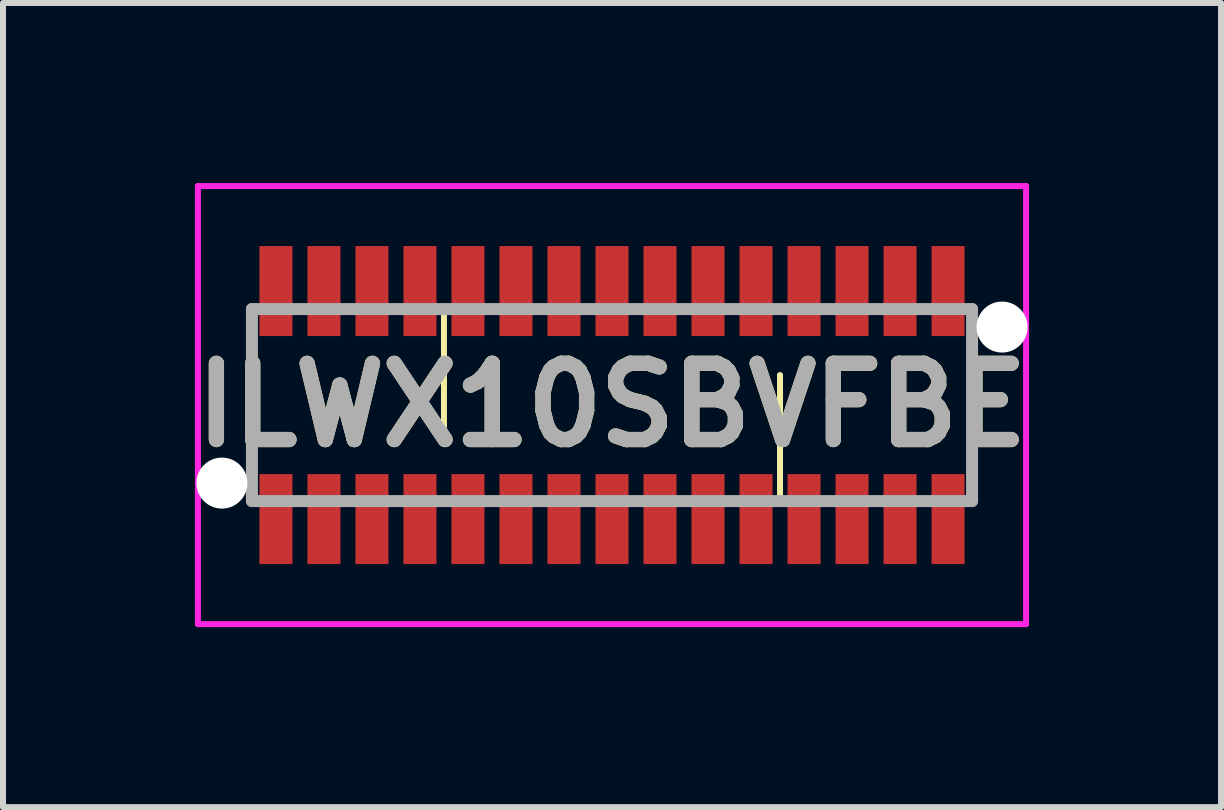
<source format=kicad_pcb>
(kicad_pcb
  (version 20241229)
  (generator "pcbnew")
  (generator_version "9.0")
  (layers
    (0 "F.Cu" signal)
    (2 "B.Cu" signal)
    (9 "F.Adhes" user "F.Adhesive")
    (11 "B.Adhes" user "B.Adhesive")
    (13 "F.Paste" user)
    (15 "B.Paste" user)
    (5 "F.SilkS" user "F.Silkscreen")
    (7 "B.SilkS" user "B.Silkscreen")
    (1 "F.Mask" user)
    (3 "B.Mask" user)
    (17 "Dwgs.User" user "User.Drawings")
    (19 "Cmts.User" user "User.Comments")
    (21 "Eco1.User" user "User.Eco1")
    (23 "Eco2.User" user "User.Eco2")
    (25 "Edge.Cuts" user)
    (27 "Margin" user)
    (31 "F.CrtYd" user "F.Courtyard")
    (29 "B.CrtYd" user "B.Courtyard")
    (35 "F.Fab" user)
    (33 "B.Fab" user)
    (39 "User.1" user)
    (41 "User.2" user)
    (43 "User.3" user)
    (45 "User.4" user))
  (footprint "ILWX10SBVFBE"
    (layer "F.Cu")
    (at 7.148 3.7)
    (property "Reference" "ILWX10SBVFBE" (at 0 0 0) (layer "F.SilkS") (effects (font (size 1.27 1.27) (thickness 0.254))))
    (attr through_hole)
    (fp_line (start -2.8 -1.6) (end -2.8 0.5) (stroke (width 0.1) (type solid)) (layer "F.SilkS"))
    (fp_line (start -2 -1.6) (end -2.8 -1.6) (stroke (width 0.1) (type solid)) (layer "F.SilkS"))
    (fp_line (start 2.8 -0.5) (end 2.8 1.6) (stroke (width 0.1) (type solid)) (layer "F.SilkS"))
    (fp_line (start 2.8 1.6) (end 2 1.6) (stroke (width 0.1) (type solid)) (layer "F.SilkS"))
    (fp_line (start -6.9 -3.65) (end 6.9 -3.65) (stroke (width 0.1) (type solid)) (layer "F.CrtYd"))
    (fp_line (start -6.9 3.65) (end -6.9 -3.65) (stroke (width 0.1) (type solid)) (layer "F.CrtYd"))
    (fp_line (start 6.9 -3.65) (end 6.9 3.65) (stroke (width 0.1) (type solid)) (layer "F.CrtYd"))
    (fp_line (start 6.9 3.65) (end -6.9 3.65) (stroke (width 0.1) (type solid)) (layer "F.CrtYd"))
    (fp_line (start -6 -1.6) (end 6 -1.6) (stroke (width 0.2) (type solid)) (layer "F.Fab"))
    (fp_line (start -6 1.6) (end -6 -1.6) (stroke (width 0.2) (type solid)) (layer "F.Fab"))
    (fp_line (start 6 -1.6) (end 6 1.6) (stroke (width 0.2) (type solid)) (layer "F.Fab"))
    (fp_line (start 6 1.6) (end -6 1.6) (stroke (width 0.2) (type solid)) (layer "F.Fab"))
    (fp_text user "${REFERENCE}" (at 0 0 0) (layer "F.Fab") (effects (font (size 1.27 1.27) (thickness 0.254))))
    (pad "" np_thru_hole circle (at -6.5 1.3) (size 0.85 0.85) (drill 0.85) (layers "*.Cu" "*.Mask"))
    (pad "" np_thru_hole circle (at 6.5 -1.3) (size 0.85 0.85) (drill 0.85) (layers "*.Cu" "*.Mask"))
    (pad "1" smd rect (at -5.6 1.9) (size 0.55 1.5) (layers "F.Cu" "F.Mask" "F.Paste"))
    (pad "2" smd rect (at -5.6 -1.9) (size 0.55 1.5) (layers "F.Cu" "F.Mask" "F.Paste"))
    (pad "3" smd rect (at -4.8 1.9) (size 0.55 1.5) (layers "F.Cu" "F.Mask" "F.Paste"))
    (pad "4" smd rect (at -4.8 -1.9) (size 0.55 1.5) (layers "F.Cu" "F.Mask" "F.Paste"))
    (pad "5" smd rect (at -4 1.9) (size 0.55 1.5) (layers "F.Cu" "F.Mask" "F.Paste"))
    (pad "6" smd rect (at -4 -1.9) (size 0.55 1.5) (layers "F.Cu" "F.Mask" "F.Paste"))
    (pad "7" smd rect (at -3.2 1.9) (size 0.55 1.5) (layers "F.Cu" "F.Mask" "F.Paste"))
    (pad "8" smd rect (at -3.2 -1.9) (size 0.55 1.5) (layers "F.Cu" "F.Mask" "F.Paste"))
    (pad "9" smd rect (at -2.4 1.9) (size 0.55 1.5) (layers "F.Cu" "F.Mask" "F.Paste"))
    (pad "10" smd rect (at -2.4 -1.9) (size 0.55 1.5) (layers "F.Cu" "F.Mask" "F.Paste"))
    (pad "11" smd rect (at -1.6 1.9) (size 0.55 1.5) (layers "F.Cu" "F.Mask" "F.Paste"))
    (pad "12" smd rect (at -1.6 -1.9) (size 0.55 1.5) (layers "F.Cu" "F.Mask" "F.Paste"))
    (pad "13" smd rect (at -0.8 1.9) (size 0.55 1.5) (layers "F.Cu" "F.Mask" "F.Paste"))
    (pad "14" smd rect (at -0.8 -1.9) (size 0.55 1.5) (layers "F.Cu" "F.Mask" "F.Paste"))
    (pad "15" smd rect (at 0 1.9) (size 0.55 1.5) (layers "F.Cu" "F.Mask" "F.Paste"))
    (pad "16" smd rect (at 0 -1.9) (size 0.55 1.5) (layers "F.Cu" "F.Mask" "F.Paste"))
    (pad "17" smd rect (at 0.8 1.9) (size 0.55 1.5) (layers "F.Cu" "F.Mask" "F.Paste"))
    (pad "18" smd rect (at 0.8 -1.9) (size 0.55 1.5) (layers "F.Cu" "F.Mask" "F.Paste"))
    (pad "19" smd rect (at 1.6 1.9) (size 0.55 1.5) (layers "F.Cu" "F.Mask" "F.Paste"))
    (pad "20" smd rect (at 1.6 -1.9) (size 0.55 1.5) (layers "F.Cu" "F.Mask" "F.Paste"))
    (pad "21" smd rect (at 2.4 1.9) (size 0.55 1.5) (layers "F.Cu" "F.Mask" "F.Paste"))
    (pad "22" smd rect (at 2.4 -1.9) (size 0.55 1.5) (layers "F.Cu" "F.Mask" "F.Paste"))
    (pad "23" smd rect (at 3.2 1.9) (size 0.55 1.5) (layers "F.Cu" "F.Mask" "F.Paste"))
    (pad "24" smd rect (at 3.2 -1.9) (size 0.55 1.5) (layers "F.Cu" "F.Mask" "F.Paste"))
    (pad "25" smd rect (at 4 1.9) (size 0.55 1.5) (layers "F.Cu" "F.Mask" "F.Paste"))
    (pad "26" smd rect (at 4 -1.9) (size 0.55 1.5) (layers "F.Cu" "F.Mask" "F.Paste"))
    (pad "27" smd rect (at 4.8 1.9) (size 0.55 1.5) (layers "F.Cu" "F.Mask" "F.Paste"))
    (pad "28" smd rect (at 4.8 -1.9) (size 0.55 1.5) (layers "F.Cu" "F.Mask" "F.Paste"))
    (pad "29" smd rect (at 5.6 1.9) (size 0.55 1.5) (layers "F.Cu" "F.Mask" "F.Paste"))
    (pad "30" smd rect (at 5.6 -1.9) (size 0.55 1.5) (layers "F.Cu" "F.Mask" "F.Paste")))
  (gr_rect
    (start -3 -3)
    (end 17.297 10.4)
    (stroke (width 0.1) (type default))
    (fill no)
    (layer "Edge.Cuts")))
</source>
